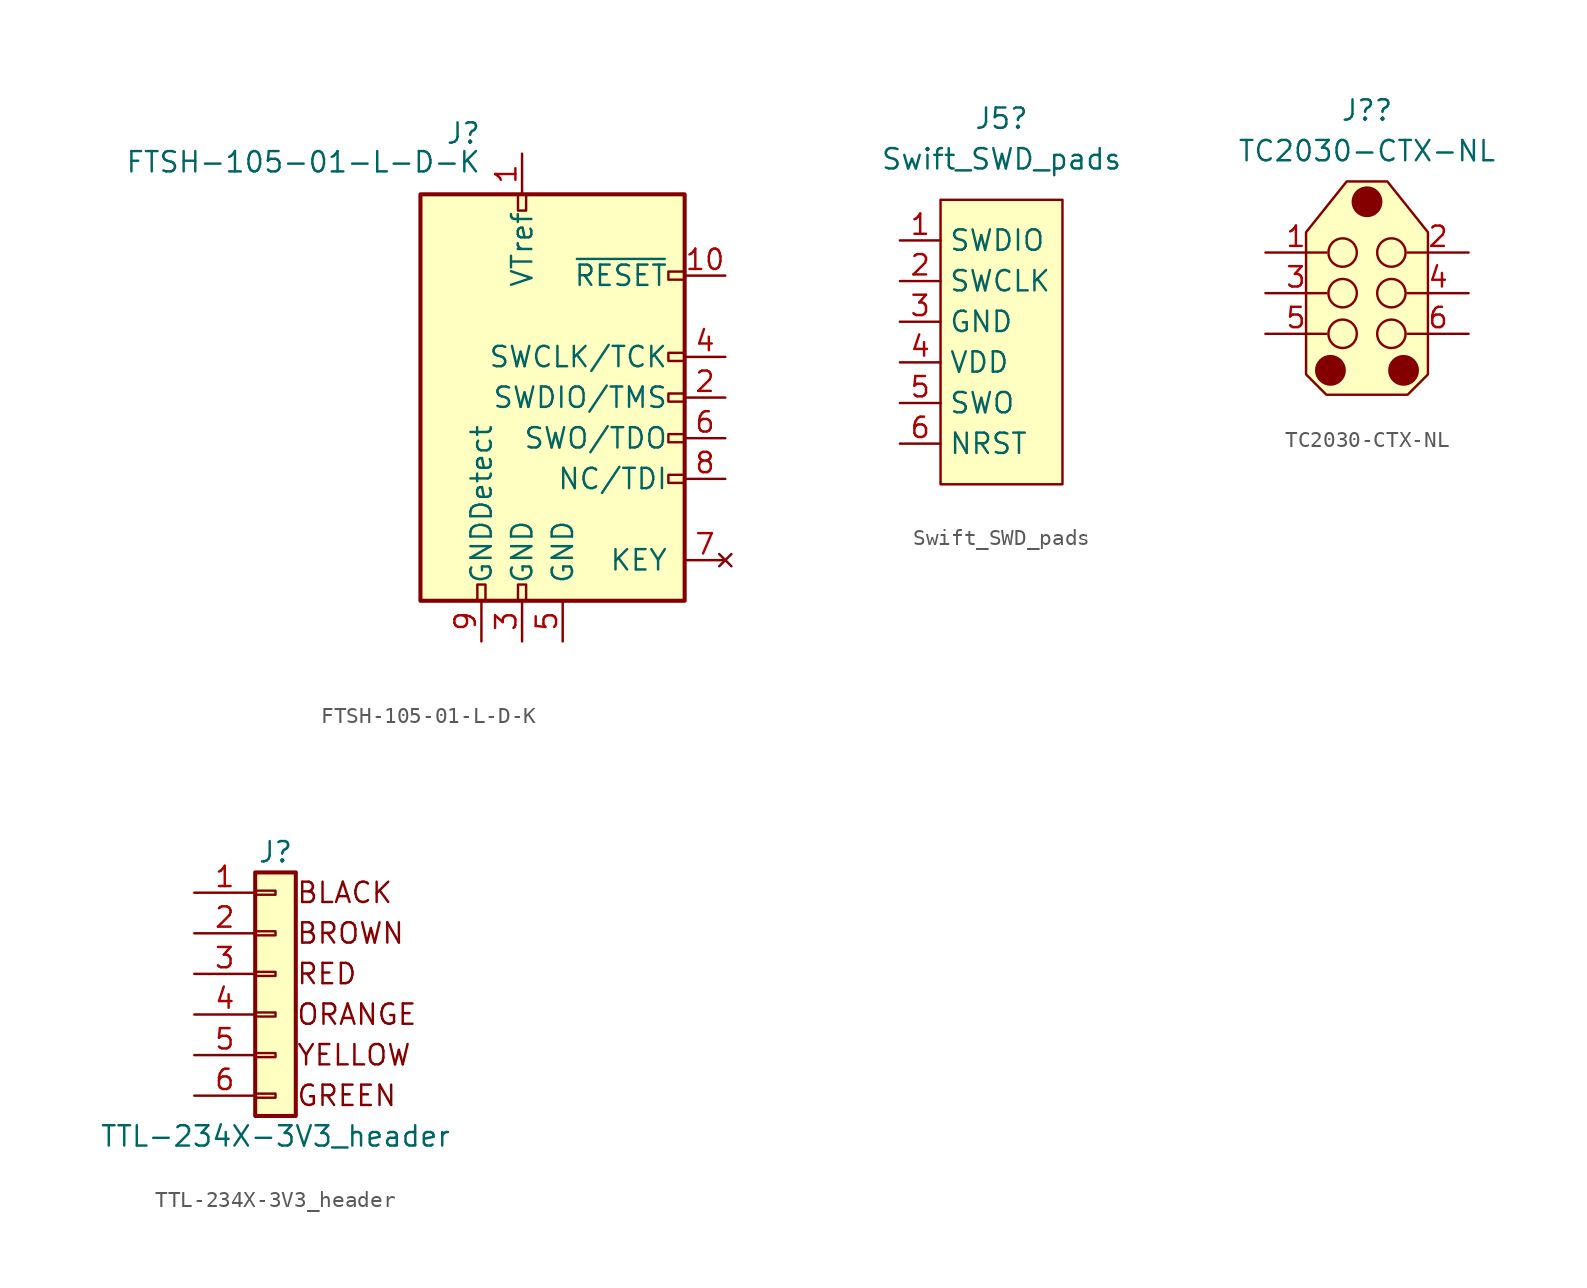
<source format=kicad_sym>
(kicad_symbol_lib
  (version 20220914)
  (generator kicad_symbol_editor)
  (symbol "FTSH-105-01-L-D-K"
    (pin_names
      (offset 1.016))
    (property "Reference" "J"
      (at -2.54 16.51 0)
      (effects (font (size 1.27 1.27)) (justify right)))
    (property "Value" "FTSH-105-01-L-D-K"
      (at -2.54 13.97 0)
      (effects (font (size 1.27 1.27)) (justify right bottom)))
    (symbol "FTSH-105-01-L-D-K_0_1"
      (rectangle (start -6.35 12.7) (end 10.16 -12.7) (stroke (width 0.254) (type default)) (fill (type background)))
      (rectangle (start -2.794 -12.7) (end -2.286 -11.684) (stroke (width 0) (type default)) (fill (type none)))
      (rectangle (start -0.254 -12.7) (end 0.254 -11.684) (stroke (width 0) (type default)) (fill (type none)))
      (rectangle (start -0.254 12.7) (end 0.254 11.684) (stroke (width 0) (type default)) (fill (type none)))
      (rectangle (start 9.144 2.286) (end 10.16 2.794) (stroke (width 0) (type default)) (fill (type none)))
      (rectangle (start 10.16 -2.794) (end 9.144 -2.286) (stroke (width 0) (type default)) (fill (type none)))
      (rectangle (start 10.16 -0.254) (end 9.144 0.254) (stroke (width 0) (type default)) (fill (type none)))
      (rectangle (start 10.16 7.874) (end 9.144 7.366) (stroke (width 0) (type default)) (fill (type none))))
    (symbol "FTSH-105-01-L-D-K_1_1"
      (rectangle (start 9.144 -5.334) (end 10.16 -4.826) (stroke (width 0) (type default)) (fill (type none)))
      (pin power_in line (at 0 15.24 270) (length 2.54) (name "VTref" (effects (font (size 1.27 1.27)))) (number "1" (effects (font (size 1.27 1.27)))))
      (pin open_collector line (at 12.7 7.62 180) (length 2.54) (name "~{RESET}" (effects (font (size 1.27 1.27)))) (number "10" (effects (font (size 1.27 1.27)))))
      (pin bidirectional line (at 12.7 0 180) (length 2.54) (name "SWDIO/TMS" (effects (font (size 1.27 1.27)))) (number "2" (effects (font (size 1.27 1.27)))))
      (pin power_in line (at 0 -15.24 90) (length 2.54) (name "GND" (effects (font (size 1.27 1.27)))) (number "3" (effects (font (size 1.27 1.27)))))
      (pin output line (at 12.7 2.54 180) (length 2.54) (name "SWCLK/TCK" (effects (font (size 1.27 1.27)))) (number "4" (effects (font (size 1.27 1.27)))))
      (pin passive line (at 2.54 -15.24 90) (length 2.54) (name "GND" (effects (font (size 1.27 1.27)))) (number "5" (effects (font (size 1.27 1.27)))))
      (pin input line (at 12.7 -2.54 180) (length 2.54) (name "SWO/TDO" (effects (font (size 1.27 1.27)))) (number "6" (effects (font (size 1.27 1.27)))))
      (pin no_connect line (at 12.7 -10.16 180) (length 2.54) (name "KEY" (effects (font (size 1.27 1.27)))) (number "7" (effects (font (size 1.27 1.27)))))
      (pin output line (at 12.7 -5.08 180) (length 2.54) (name "NC/TDI" (effects (font (size 1.27 1.27)))) (number "8" (effects (font (size 1.27 1.27)))))
      (pin passive line (at -2.54 -15.24 90) (length 2.54) (name "GNDDetect" (effects (font (size 1.27 1.27)))) (number "9" (effects (font (size 1.27 1.27)))))))
  (symbol "Swift_SWD_pads"
    (property "Reference" "J5"
      (at 0 13.97 0)
      (effects (font (size 1.27 1.27))))
    (property "Value" "Swift_SWD_pads"
      (at 0 11.43 0)
      (effects (font (size 1.27 1.27))))
    (symbol "Swift_SWD_pads_0_0"
      (pin bidirectional line (at -6.35 6.35 0) (length 2.54) (name "SWDIO" (effects (font (size 1.27 1.27)))) (number "1" (effects (font (size 1.27 1.27)))))
      (pin bidirectional line (at -6.35 3.81 0) (length 2.54) (name "SWCLK" (effects (font (size 1.27 1.27)))) (number "2" (effects (font (size 1.27 1.27)))))
      (pin passive line (at -6.35 1.27 0) (length 2.54) (name "GND" (effects (font (size 1.27 1.27)))) (number "3" (effects (font (size 1.27 1.27)))))
      (pin passive line (at -6.35 -1.27 0) (length 2.54) (name "VDD" (effects (font (size 1.27 1.27)))) (number "4" (effects (font (size 1.27 1.27)))))
      (pin bidirectional line (at -6.35 -3.81 0) (length 2.54) (name "SWO" (effects (font (size 1.27 1.27)))) (number "5" (effects (font (size 1.27 1.27)))))
      (pin bidirectional line (at -6.35 -6.35 0) (length 2.54) (name "NRST" (effects (font (size 1.27 1.27)))) (number "6" (effects (font (size 1.27 1.27))))))
    (symbol "Swift_SWD_pads_1_1"
      (rectangle (start -3.81 8.89) (end 3.81 -8.89) (stroke (width 0) (type default)) (fill (type background)))))
  (symbol "TC2030-CTX-NL"
    (pin_names
      (offset 1.016) hide)
    (property "Reference" "J?"
      (at 0 11.43 0)
      (effects (font (size 1.27 1.27))))
    (property "Value" "TC2030-CTX-NL"
      (at 0 8.89 0)
      (effects (font (size 1.27 1.27))))
    (symbol "TC2030-CTX-NL_0_1"
      (circle (center -1.524 -2.54) (radius 0.889) (stroke (width 0) (type default)) (fill (type none)))
      (circle (center -1.524 0) (radius 0.889) (stroke (width 0) (type default)) (fill (type none)))
      (circle (center -1.524 2.54) (radius 0.889) (stroke (width 0) (type default)) (fill (type none)))
      (circle (center 1.524 -2.54) (radius 0.889) (stroke (width 0) (type default)) (fill (type none)))
      (circle (center 1.524 0) (radius 0.889) (stroke (width 0) (type default)) (fill (type none)))
      (circle (center 1.524 2.54) (radius 0.889) (stroke (width 0) (type default)) (fill (type none))))
    (symbol "TC2030-CTX-NL_1_1"
      (circle (center -2.286 -4.826) (radius 0.889) (stroke (width 0) (type default)) (fill (type outline)))
      (polyline (pts (xy 1.27 6.985) (xy -1.27 6.985) (xy -3.81 3.81) (xy -3.81 -5.08) (xy -2.54 -6.35) (xy 2.54 -6.35) (xy 3.81 -5.08) (xy 3.81 3.81) (xy 1.27 6.985)) (stroke (width 0) (type default)) (fill (type background)))
      (circle (center 0 5.715) (radius 0.889) (stroke (width 0) (type default)) (fill (type outline)))
      (circle (center 2.286 -4.826) (radius 0.889) (stroke (width 0) (type default)) (fill (type outline)))
      (pin passive line (at -6.35 2.54 0) (length 3.81) (name "Pin_1" (effects (font (size 1.27 1.27)))) (number "1" (effects (font (size 1.27 1.27)))))
      (pin passive line (at 6.35 2.54 180) (length 3.81) (name "Pin_2" (effects (font (size 1.27 1.27)))) (number "2" (effects (font (size 1.27 1.27)))))
      (pin passive line (at -6.35 0 0) (length 3.81) (name "Pin_3" (effects (font (size 1.27 1.27)))) (number "3" (effects (font (size 1.27 1.27)))))
      (pin passive line (at 6.35 0 180) (length 3.81) (name "Pin_4" (effects (font (size 1.27 1.27)))) (number "4" (effects (font (size 1.27 1.27)))))
      (pin passive line (at -6.35 -2.54 0) (length 3.81) (name "Pin_5" (effects (font (size 1.27 1.27)))) (number "5" (effects (font (size 1.27 1.27)))))
      (pin passive line (at 6.35 -2.54 180) (length 3.81) (name "Pin_6" (effects (font (size 1.27 1.27)))) (number "6" (effects (font (size 1.27 1.27)))))))
  (symbol "TTL-234X-3V3_header"
    (pin_names
      (offset 1.016) hide)
    (property "Reference" "J"
      (at 0 7.62 0)
      (effects (font (size 1.27 1.27))))
    (property "Value" "TTL-234X-3V3_header"
      (at 0 -10.16 0)
      (effects (font (size 1.27 1.27))))
    (symbol "TTL-234X-3V3_header_1_1"
      (rectangle (start -1.27 -7.493) (end 0 -7.747) (stroke (width 0.152) (type default)) (fill (type none)))
      (rectangle (start -1.27 -4.953) (end 0 -5.207) (stroke (width 0.152) (type default)) (fill (type none)))
      (rectangle (start -1.27 -2.413) (end 0 -2.667) (stroke (width 0.152) (type default)) (fill (type none)))
      (rectangle (start -1.27 0.127) (end 0 -0.127) (stroke (width 0.152) (type default)) (fill (type none)))
      (rectangle (start -1.27 2.667) (end 0 2.413) (stroke (width 0.152) (type default)) (fill (type none)))
      (rectangle (start -1.27 5.207) (end 0 4.953) (stroke (width 0.152) (type default)) (fill (type none)))
      (rectangle (start -1.27 6.35) (end 1.27 -8.89) (stroke (width 0.254) (type default)) (fill (type background)))
      (text "BLACK" (at 1.27 5.08 0) (effects (font (size 1.27 1.27)) (justify left)))
      (text "BROWN" (at 1.27 2.54 0) (effects (font (size 1.27 1.27)) (justify left)))
      (text "GREEN" (at 1.27 -7.62 0) (effects (font (size 1.27 1.27)) (justify left)))
      (text "ORANGE" (at 1.27 -2.54 0) (effects (font (size 1.27 1.27)) (justify left)))
      (text "RED" (at 1.27 0 0) (effects (font (size 1.27 1.27)) (justify left)))
      (text "YELLOW" (at 1.27 -5.08 0) (effects (font (size 1.27 1.27)) (justify left)))
      (pin passive line (at -5.08 5.08 0) (length 3.81) (name "Pin_1" (effects (font (size 1.27 1.27)))) (number "1" (effects (font (size 1.27 1.27)))))
      (pin passive line (at -5.08 2.54 0) (length 3.81) (name "Pin_2" (effects (font (size 1.27 1.27)))) (number "2" (effects (font (size 1.27 1.27)))))
      (pin passive line (at -5.08 0 0) (length 3.81) (name "Pin_3" (effects (font (size 1.27 1.27)))) (number "3" (effects (font (size 1.27 1.27)))))
      (pin passive line (at -5.08 -2.54 0) (length 3.81) (name "Pin_4" (effects (font (size 1.27 1.27)))) (number "4" (effects (font (size 1.27 1.27)))))
      (pin passive line (at -5.08 -5.08 0) (length 3.81) (name "Pin_5" (effects (font (size 1.27 1.27)))) (number "5" (effects (font (size 1.27 1.27)))))
      (pin passive line (at -5.08 -7.62 0) (length 3.81) (name "Pin_6" (effects (font (size 1.27 1.27)))) (number "6" (effects (font (size 1.27 1.27))))))))
</source>
